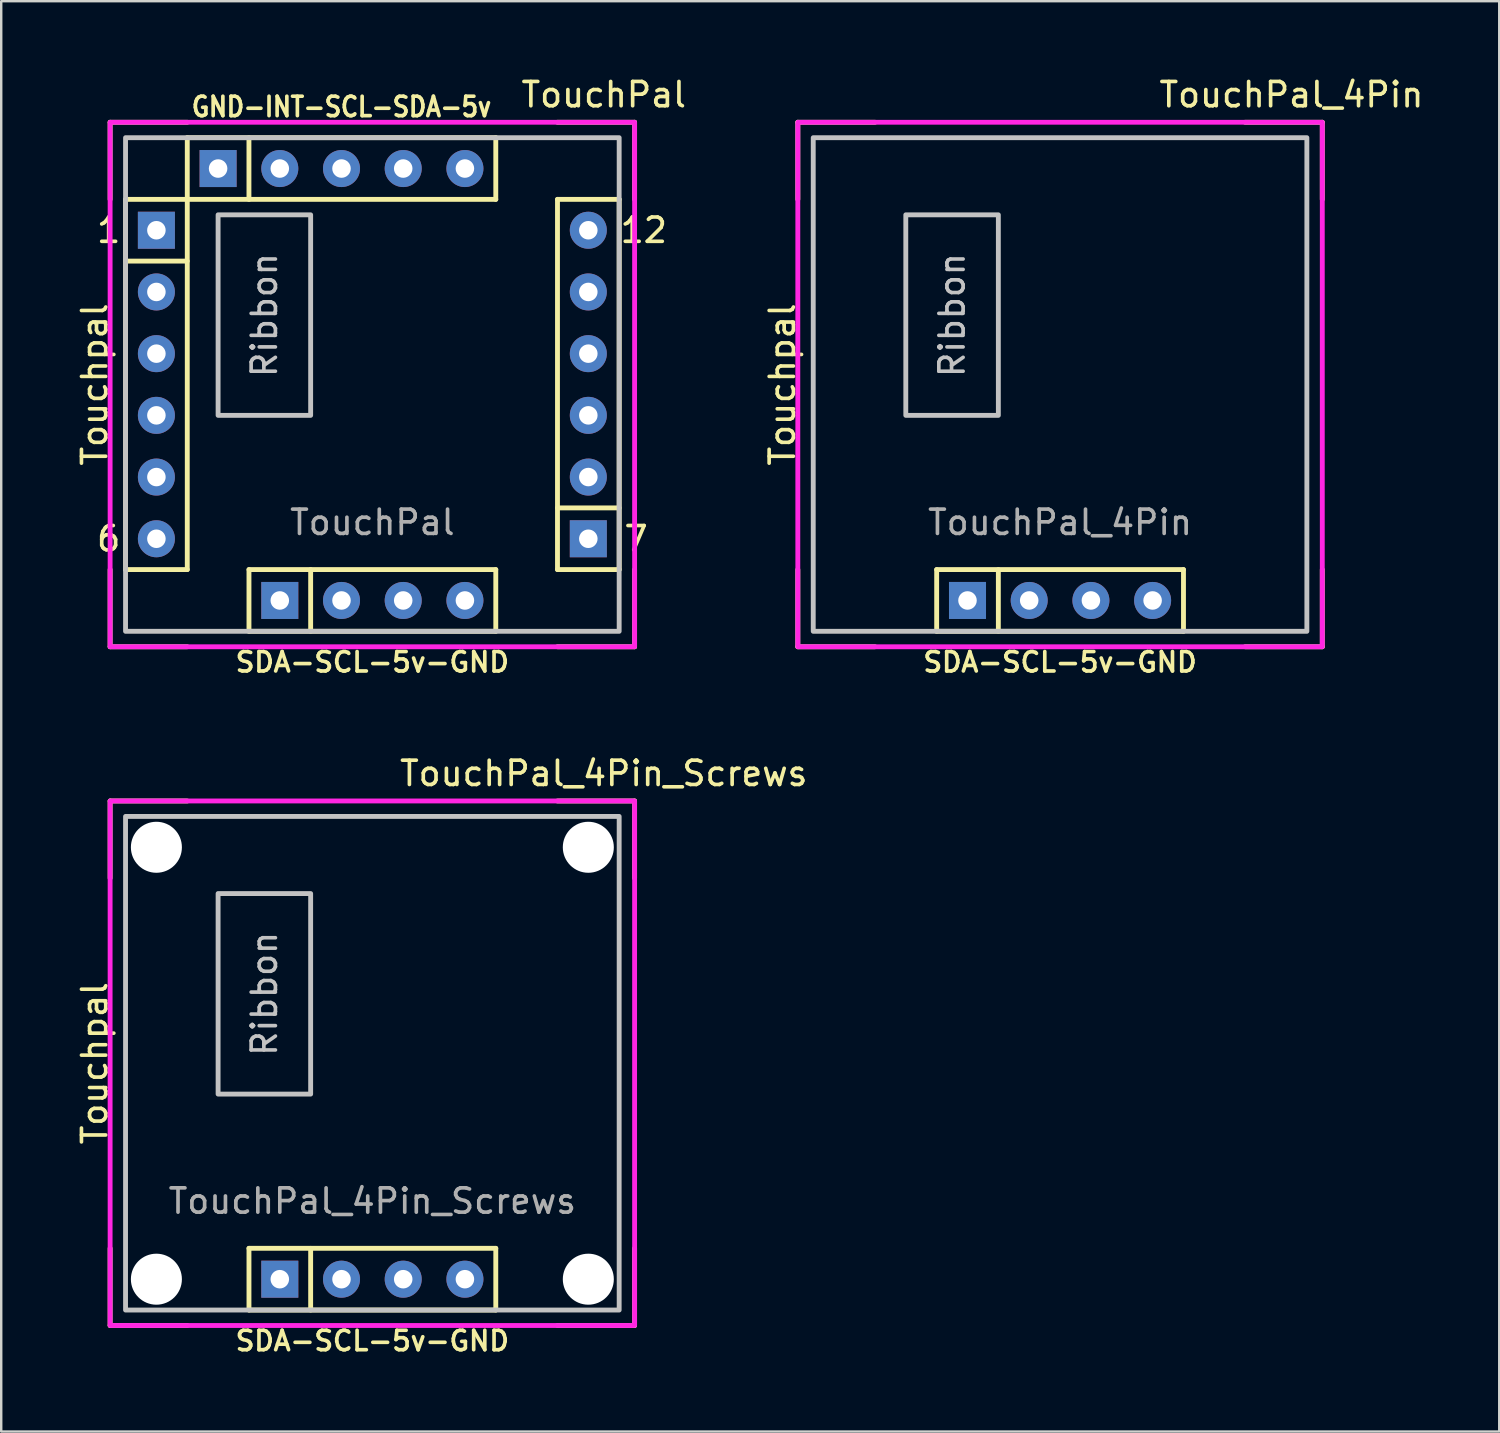
<source format=kicad_pcb>
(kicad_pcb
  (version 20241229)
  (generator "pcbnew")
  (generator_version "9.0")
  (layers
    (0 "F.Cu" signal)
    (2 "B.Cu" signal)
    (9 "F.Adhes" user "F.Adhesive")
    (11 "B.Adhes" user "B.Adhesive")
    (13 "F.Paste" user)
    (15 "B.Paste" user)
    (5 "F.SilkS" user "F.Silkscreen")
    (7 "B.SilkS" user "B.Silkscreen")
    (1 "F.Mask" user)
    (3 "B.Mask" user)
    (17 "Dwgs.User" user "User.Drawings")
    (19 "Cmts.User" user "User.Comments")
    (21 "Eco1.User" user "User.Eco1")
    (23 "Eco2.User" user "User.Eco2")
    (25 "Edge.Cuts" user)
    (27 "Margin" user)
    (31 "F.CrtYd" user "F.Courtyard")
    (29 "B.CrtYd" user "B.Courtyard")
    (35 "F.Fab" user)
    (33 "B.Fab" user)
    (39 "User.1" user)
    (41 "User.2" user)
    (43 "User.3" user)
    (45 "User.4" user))
  (footprint "TouchPal"
    (layer "F.Cu")
    (at 12.278 12.778)
    (property "Reference" "TouchPal" (at 9.525 -11.93 0) (unlocked yes) (layer "F.SilkS") (effects (font (size 1 1) (thickness 0.15))))
    (attr through_hole)
    (fp_line (start -10.795 -10.795) (end -10.795 -7.62) (stroke (width 0.2) (type solid)) (layer "F.SilkS"))
    (fp_line (start -10.795 10.795) (end -10.795 7.619) (stroke (width 0.2) (type solid)) (layer "F.SilkS"))
    (fp_line (start -10.16 -5.08) (end -7.62 -5.08) (stroke (width 0.2) (type solid)) (layer "F.SilkS"))
    (fp_line (start -10.159 -7.621) (end -10.159 7.619) (stroke (width 0.2) (type solid)) (layer "F.SilkS"))
    (fp_line (start -10.159 7.619) (end -7.619 7.619) (stroke (width 0.2) (type solid)) (layer "F.SilkS"))
    (fp_line (start -7.62 -10.795) (end -10.795 -10.795) (stroke (width 0.2) (type solid)) (layer "F.SilkS"))
    (fp_line (start -7.62 10.795) (end -10.795 10.795) (stroke (width 0.2) (type solid)) (layer "F.SilkS"))
    (fp_line (start -7.619 -10.161) (end -7.619 -7.621) (stroke (width 0.2) (type solid)) (layer "F.SilkS"))
    (fp_line (start -7.619 -7.621) (end -10.159 -7.621) (stroke (width 0.2) (type solid)) (layer "F.SilkS"))
    (fp_line (start -7.619 -7.621) (end 5.081 -7.621) (stroke (width 0.2) (type solid)) (layer "F.SilkS"))
    (fp_line (start -7.619 7.619) (end -7.619 -7.621) (stroke (width 0.2) (type solid)) (layer "F.SilkS"))
    (fp_line (start -5.08 -7.62) (end -5.08 -10.16) (stroke (width 0.2) (type solid)) (layer "F.SilkS"))
    (fp_line (start -5.079 7.619) (end -5.079 10.159) (stroke (width 0.2) (type solid)) (layer "F.SilkS"))
    (fp_line (start -5.079 10.159) (end 5.081 10.159) (stroke (width 0.2) (type solid)) (layer "F.SilkS"))
    (fp_line (start -2.54 7.62) (end -2.54 10.16) (stroke (width 0.2) (type solid)) (layer "F.SilkS"))
    (fp_line (start 5.081 -10.161) (end -7.619 -10.161) (stroke (width 0.2) (type solid)) (layer "F.SilkS"))
    (fp_line (start 5.081 -7.621) (end 5.081 -10.161) (stroke (width 0.2) (type solid)) (layer "F.SilkS"))
    (fp_line (start 5.081 7.619) (end -5.079 7.619) (stroke (width 0.2) (type solid)) (layer "F.SilkS"))
    (fp_line (start 5.081 10.159) (end 5.081 7.619) (stroke (width 0.2) (type solid)) (layer "F.SilkS"))
    (fp_line (start 7.62 -10.795) (end 10.795 -10.795) (stroke (width 0.2) (type solid)) (layer "F.SilkS"))
    (fp_line (start 7.621 -7.621) (end 7.621 7.619) (stroke (width 0.2) (type solid)) (layer "F.SilkS"))
    (fp_line (start 7.621 7.619) (end 10.161 7.619) (stroke (width 0.2) (type solid)) (layer "F.SilkS"))
    (fp_line (start 10.16 5.08) (end 7.62 5.08) (stroke (width 0.2) (type solid)) (layer "F.SilkS"))
    (fp_line (start 10.161 -7.621) (end 7.621 -7.621) (stroke (width 0.2) (type solid)) (layer "F.SilkS"))
    (fp_line (start 10.161 7.619) (end 10.161 -7.621) (stroke (width 0.2) (type solid)) (layer "F.SilkS"))
    (fp_line (start 10.795 -10.795) (end 10.795 -7.62) (stroke (width 0.2) (type solid)) (layer "F.SilkS"))
    (fp_line (start 10.795 7.619) (end 10.795 10.795) (stroke (width 0.2) (type solid)) (layer "F.SilkS"))
    (fp_line (start 10.795 10.795) (end 7.62 10.795) (stroke (width 0.2) (type solid)) (layer "F.SilkS"))
    (fp_rect (start -10.16 -10.16) (end 10.16 10.16) (stroke (width 0.2) (type solid)) (fill no) (layer "Dwgs.User"))
    (fp_rect (start -6.35 -6.985) (end -2.54 1.27) (stroke (width 0.2) (type solid)) (fill no) (layer "Dwgs.User"))
    (fp_rect (start -10.795 -10.795) (end 10.795 10.795) (stroke (width 0.2) (type solid)) (fill no) (layer "F.CrtYd"))
    (fp_text user "1" (at -11.43 -6.35 0) (unlocked yes) (layer "F.SilkS") (effects (font (size 1 1) (thickness 0.15)) (justify left)))
    (fp_text user "7" (at 11.43 6.35 0) (unlocked yes) (layer "F.SilkS") (effects (font (size 1 1) (thickness 0.15)) (justify right)))
    (fp_text user "Touchpal" (at -11.43 0 90) (unlocked yes) (layer "F.SilkS") (effects (font (size 1 1) (thickness 0.15))))
    (fp_text user "SDA-SCL-5v-GND" (at 0 11.43 0) (unlocked yes) (layer "F.SilkS") (effects (font (size 0.8 0.8) (thickness 0.15))))
    (fp_text user "12" (at 12.224 -6.35 0) (unlocked yes) (layer "F.SilkS") (effects (font (size 1 1) (thickness 0.15)) (justify right)))
    (fp_text user "6" (at -11.43 6.35 0) (unlocked yes) (layer "F.SilkS") (effects (font (size 1 1) (thickness 0.15)) (justify left)))
    (fp_text user "GND-INT-SCL-SDA-5v" (at -1.27 -11.43 0) (unlocked yes) (layer "F.SilkS") (effects (font (size 0.8 0.7) (thickness 0.15))))
    (fp_text user "Ribbon" (at -4.445 -2.857 90) (unlocked yes) (layer "Dwgs.User") (effects (font (size 1 1) (thickness 0.15))))
    (fp_text user "${REFERENCE}" (at 0 5.675 0) (unlocked yes) (layer "F.Fab") (effects (font (size 1 1) (thickness 0.15))))
    (pad "1" thru_hole rect (at -8.89 -6.35) (size 1.524 1.524) (drill 0.762) (layers "*.Cu" "*.Mask"))
    (pad "2" thru_hole circle (at -8.89 -3.81) (size 1.524 1.524) (drill 0.762) (layers "*.Cu" "*.Mask"))
    (pad "3" thru_hole circle (at -8.89 -1.27) (size 1.524 1.524) (drill 0.762) (layers "*.Cu" "*.Mask"))
    (pad "4" thru_hole circle (at -8.89 1.27) (size 1.524 1.524) (drill 0.762) (layers "*.Cu" "*.Mask"))
    (pad "5" thru_hole circle (at -8.89 3.81) (size 1.524 1.524) (drill 0.762) (layers "*.Cu" "*.Mask"))
    (pad "6" thru_hole circle (at -8.89 6.35) (size 1.524 1.524) (drill 0.762) (layers "*.Cu" "*.Mask"))
    (pad "7" thru_hole rect (at 8.89 6.35) (size 1.524 1.524) (drill 0.762) (layers "*.Cu" "*.Mask"))
    (pad "8" thru_hole circle (at 8.89 3.81) (size 1.524 1.524) (drill 0.762) (layers "*.Cu" "*.Mask"))
    (pad "9" thru_hole circle (at 8.89 1.27) (size 1.524 1.524) (drill 0.762) (layers "*.Cu" "*.Mask"))
    (pad "10" thru_hole circle (at 8.89 -1.27) (size 1.524 1.524) (drill 0.762) (layers "*.Cu" "*.Mask"))
    (pad "11" thru_hole circle (at 8.89 -3.81) (size 1.524 1.524) (drill 0.762) (layers "*.Cu" "*.Mask"))
    (pad "12" thru_hole circle (at 8.89 -6.35) (size 1.524 1.524) (drill 0.762) (layers "*.Cu" "*.Mask"))
    (pad "13" thru_hole rect (at -3.81 8.89) (size 1.524 1.524) (drill 0.762) (layers "*.Cu" "*.Mask"))
    (pad "14" thru_hole circle (at -1.27 8.89) (size 1.524 1.524) (drill 0.762) (layers "*.Cu" "*.Mask"))
    (pad "15" thru_hole circle (at 1.27 8.89) (size 1.524 1.524) (drill 0.762) (layers "*.Cu" "*.Mask"))
    (pad "16" thru_hole circle (at 3.81 8.89) (size 1.524 1.524) (drill 0.762) (layers "*.Cu" "*.Mask"))
    (pad "17" thru_hole rect (at -6.35 -8.89) (size 1.524 1.524) (drill 0.762) (layers "*.Cu" "*.Mask"))
    (pad "18" thru_hole circle (at -3.81 -8.89) (size 1.524 1.524) (drill 0.762) (layers "*.Cu" "*.Mask"))
    (pad "19" thru_hole circle (at -1.27 -8.89) (size 1.524 1.524) (drill 0.762) (layers "*.Cu" "*.Mask"))
    (pad "20" thru_hole circle (at 1.27 -8.89) (size 1.524 1.524) (drill 0.762) (layers "*.Cu" "*.Mask"))
    (pad "21" thru_hole circle (at 3.81 -8.89) (size 1.524 1.524) (drill 0.762) (layers "*.Cu" "*.Mask")))
  (footprint "TouchPal_4Pin_Screws"
    (layer "F.Cu")
    (at 12.278 40.718)
    (property "Reference" "TouchPal_4Pin_Screws" (at 9.525 -11.93 0) (unlocked yes) (layer "F.SilkS") (effects (font (size 1 1) (thickness 0.15))))
    (attr through_hole)
    (fp_line (start -10.795 -10.795) (end -10.795 -7.62) (stroke (width 0.2) (type solid)) (layer "F.SilkS"))
    (fp_line (start -10.795 10.795) (end -10.795 7.619) (stroke (width 0.2) (type solid)) (layer "F.SilkS"))
    (fp_line (start -7.62 -10.795) (end -10.795 -10.795) (stroke (width 0.2) (type solid)) (layer "F.SilkS"))
    (fp_line (start -7.62 10.795) (end -10.795 10.795) (stroke (width 0.2) (type solid)) (layer "F.SilkS"))
    (fp_line (start -5.079 7.619) (end -5.079 10.159) (stroke (width 0.2) (type solid)) (layer "F.SilkS"))
    (fp_line (start -5.079 10.159) (end 5.081 10.159) (stroke (width 0.2) (type solid)) (layer "F.SilkS"))
    (fp_line (start -2.54 7.62) (end -2.54 10.16) (stroke (width 0.2) (type solid)) (layer "F.SilkS"))
    (fp_line (start 5.081 7.619) (end -5.079 7.619) (stroke (width 0.2) (type solid)) (layer "F.SilkS"))
    (fp_line (start 5.081 10.159) (end 5.081 7.619) (stroke (width 0.2) (type solid)) (layer "F.SilkS"))
    (fp_line (start 7.62 -10.795) (end 10.795 -10.795) (stroke (width 0.2) (type solid)) (layer "F.SilkS"))
    (fp_line (start 10.795 -10.795) (end 10.795 -7.62) (stroke (width 0.2) (type solid)) (layer "F.SilkS"))
    (fp_line (start 10.795 7.619) (end 10.795 10.795) (stroke (width 0.2) (type solid)) (layer "F.SilkS"))
    (fp_line (start 10.795 10.795) (end 7.62 10.795) (stroke (width 0.2) (type solid)) (layer "F.SilkS"))
    (fp_rect (start -10.16 -10.16) (end 10.16 10.16) (stroke (width 0.2) (type solid)) (fill no) (layer "Dwgs.User"))
    (fp_rect (start -6.35 -6.985) (end -2.54 1.27) (stroke (width 0.2) (type solid)) (fill no) (layer "Dwgs.User"))
    (fp_rect (start -10.795 -10.795) (end 10.795 10.795) (stroke (width 0.2) (type solid)) (fill no) (layer "F.CrtYd"))
    (fp_text user "SDA-SCL-5v-GND" (at 0 11.43 0) (unlocked yes) (layer "F.SilkS") (effects (font (size 0.8 0.8) (thickness 0.15))))
    (fp_text user "Touchpal" (at -11.43 0 90) (unlocked yes) (layer "F.SilkS") (effects (font (size 1 1) (thickness 0.15))))
    (fp_text user "Ribbon" (at -4.445 -2.857 90) (unlocked yes) (layer "Dwgs.User") (effects (font (size 1 1) (thickness 0.15))))
    (fp_text user "${REFERENCE}" (at 0 5.675 0) (unlocked yes) (layer "F.Fab") (effects (font (size 1 1) (thickness 0.15))))
    (pad "" np_thru_hole circle (at -8.89 -8.89) (size 2.1 2.1) (drill 2.1) (layers "*.Cu" "*.Mask"))
    (pad "" np_thru_hole circle (at -8.89 8.89) (size 2.1 2.1) (drill 2.1) (layers "*.Cu" "*.Mask"))
    (pad "" np_thru_hole circle (at 8.89 -8.89) (size 2.1 2.1) (drill 2.1) (layers "*.Cu" "*.Mask"))
    (pad "" np_thru_hole circle (at 8.89 8.89) (size 2.1 2.1) (drill 2.1) (layers "*.Cu" "*.Mask"))
    (pad "1" thru_hole rect (at -3.81 8.89) (size 1.524 1.524) (drill 0.762) (layers "*.Cu" "*.Mask"))
    (pad "2" thru_hole circle (at -1.27 8.89) (size 1.524 1.524) (drill 0.762) (layers "*.Cu" "*.Mask"))
    (pad "3" thru_hole circle (at 1.27 8.89) (size 1.524 1.524) (drill 0.762) (layers "*.Cu" "*.Mask"))
    (pad "4" thru_hole circle (at 3.81 8.89) (size 1.524 1.524) (drill 0.762) (layers "*.Cu" "*.Mask")))
  (footprint "TouchPal_4Pin"
    (layer "F.Cu")
    (at 40.587 12.778)
    (property "Reference" "TouchPal_4Pin" (at 9.525 -11.93 0) (unlocked yes) (layer "F.SilkS") (effects (font (size 1 1) (thickness 0.15))))
    (attr through_hole)
    (fp_line (start -10.795 -10.795) (end -10.795 -7.62) (stroke (width 0.2) (type solid)) (layer "F.SilkS"))
    (fp_line (start -10.795 10.795) (end -10.795 7.619) (stroke (width 0.2) (type solid)) (layer "F.SilkS"))
    (fp_line (start -7.62 -10.795) (end -10.795 -10.795) (stroke (width 0.2) (type solid)) (layer "F.SilkS"))
    (fp_line (start -7.62 10.795) (end -10.795 10.795) (stroke (width 0.2) (type solid)) (layer "F.SilkS"))
    (fp_line (start -5.079 7.619) (end -5.079 10.159) (stroke (width 0.2) (type solid)) (layer "F.SilkS"))
    (fp_line (start -5.079 10.159) (end 5.081 10.159) (stroke (width 0.2) (type solid)) (layer "F.SilkS"))
    (fp_line (start -2.54 7.62) (end -2.54 10.16) (stroke (width 0.2) (type solid)) (layer "F.SilkS"))
    (fp_line (start 5.081 7.619) (end -5.079 7.619) (stroke (width 0.2) (type solid)) (layer "F.SilkS"))
    (fp_line (start 5.081 10.159) (end 5.081 7.619) (stroke (width 0.2) (type solid)) (layer "F.SilkS"))
    (fp_line (start 7.62 -10.795) (end 10.795 -10.795) (stroke (width 0.2) (type solid)) (layer "F.SilkS"))
    (fp_line (start 10.795 -10.795) (end 10.795 -7.62) (stroke (width 0.2) (type solid)) (layer "F.SilkS"))
    (fp_line (start 10.795 7.619) (end 10.795 10.795) (stroke (width 0.2) (type solid)) (layer "F.SilkS"))
    (fp_line (start 10.795 10.795) (end 7.62 10.795) (stroke (width 0.2) (type solid)) (layer "F.SilkS"))
    (fp_rect (start -10.16 -10.16) (end 10.16 10.16) (stroke (width 0.2) (type solid)) (fill no) (layer "Dwgs.User"))
    (fp_rect (start -6.35 -6.985) (end -2.54 1.27) (stroke (width 0.2) (type solid)) (fill no) (layer "Dwgs.User"))
    (fp_rect (start -10.795 -10.795) (end 10.795 10.795) (stroke (width 0.2) (type solid)) (fill no) (layer "F.CrtYd"))
    (fp_text user "Touchpal" (at -11.43 0 90) (unlocked yes) (layer "F.SilkS") (effects (font (size 1 1) (thickness 0.15))))
    (fp_text user "SDA-SCL-5v-GND" (at 0 11.43 0) (unlocked yes) (layer "F.SilkS") (effects (font (size 0.8 0.8) (thickness 0.15))))
    (fp_text user "Ribbon" (at -4.445 -2.857 90) (unlocked yes) (layer "Dwgs.User") (effects (font (size 1 1) (thickness 0.15))))
    (fp_text user "${REFERENCE}" (at 0 5.675 0) (unlocked yes) (layer "F.Fab") (effects (font (size 1 1) (thickness 0.15))))
    (pad "1" thru_hole rect (at -3.81 8.89) (size 1.524 1.524) (drill 0.762) (layers "*.Cu" "*.Mask"))
    (pad "2" thru_hole circle (at -1.27 8.89) (size 1.524 1.524) (drill 0.762) (layers "*.Cu" "*.Mask"))
    (pad "3" thru_hole circle (at 1.27 8.89) (size 1.524 1.524) (drill 0.762) (layers "*.Cu" "*.Mask"))
    (pad "4" thru_hole circle (at 3.81 8.89) (size 1.524 1.524) (drill 0.762) (layers "*.Cu" "*.Mask")))
  (gr_rect
    (start -3 -3)
    (end 58.666 55.879)
    (stroke (width 0.1) (type default))
    (fill no)
    (layer "Edge.Cuts")))
</source>
